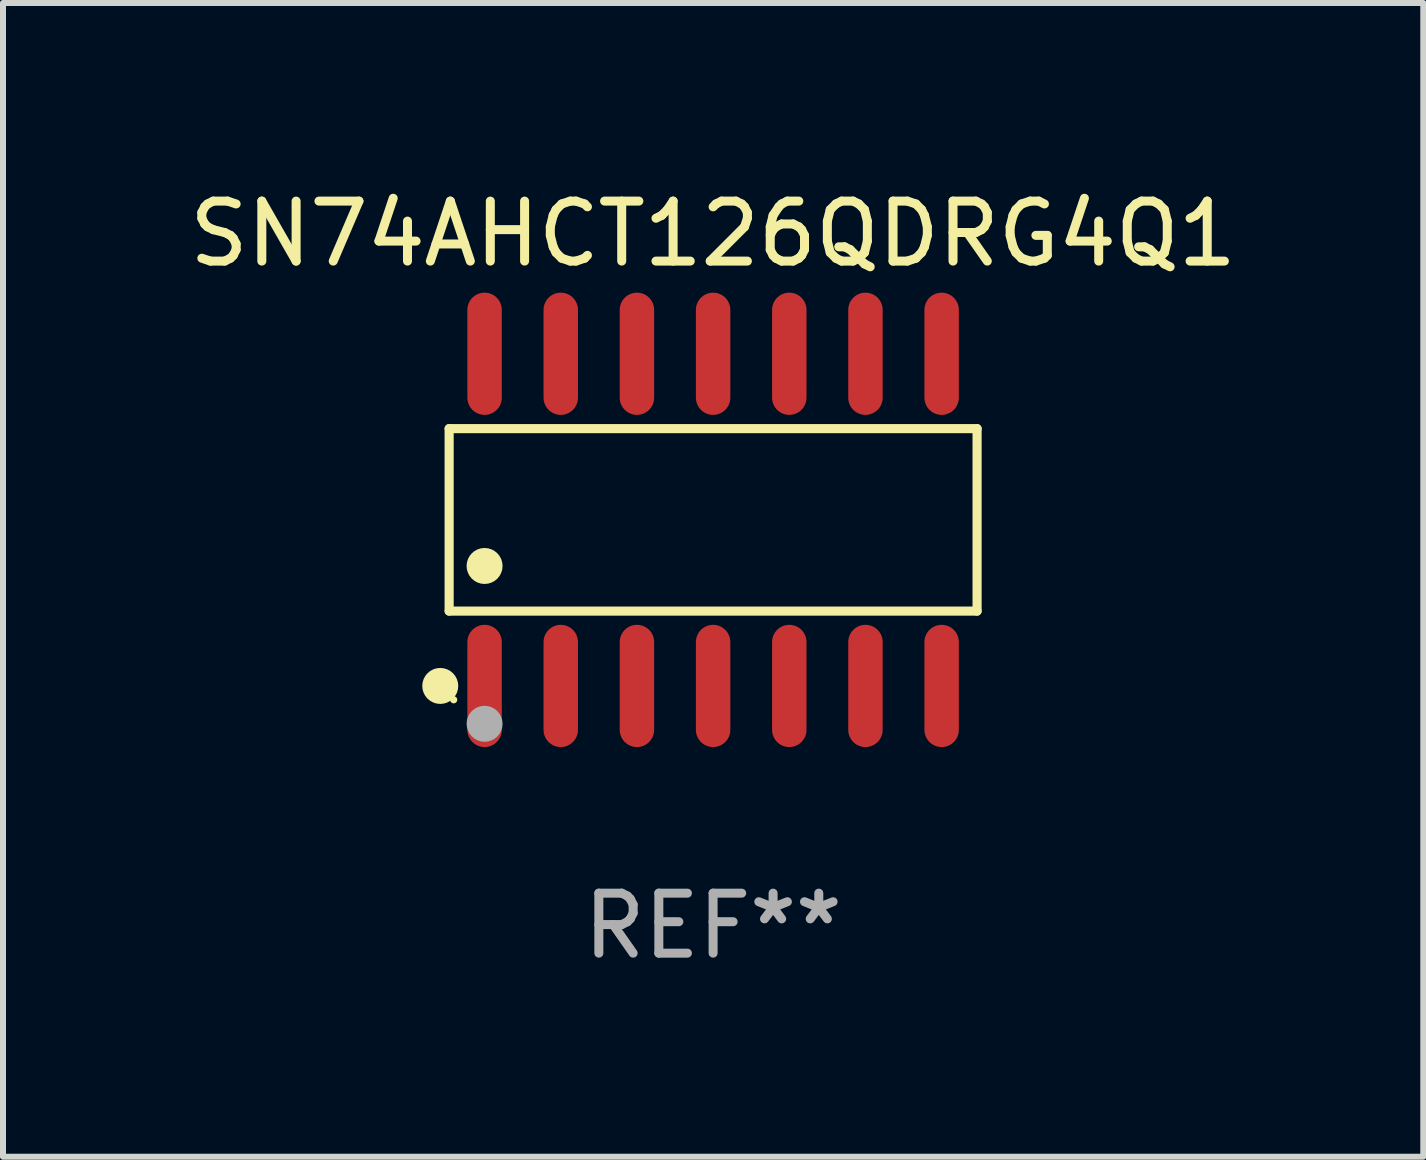
<source format=kicad_pcb>
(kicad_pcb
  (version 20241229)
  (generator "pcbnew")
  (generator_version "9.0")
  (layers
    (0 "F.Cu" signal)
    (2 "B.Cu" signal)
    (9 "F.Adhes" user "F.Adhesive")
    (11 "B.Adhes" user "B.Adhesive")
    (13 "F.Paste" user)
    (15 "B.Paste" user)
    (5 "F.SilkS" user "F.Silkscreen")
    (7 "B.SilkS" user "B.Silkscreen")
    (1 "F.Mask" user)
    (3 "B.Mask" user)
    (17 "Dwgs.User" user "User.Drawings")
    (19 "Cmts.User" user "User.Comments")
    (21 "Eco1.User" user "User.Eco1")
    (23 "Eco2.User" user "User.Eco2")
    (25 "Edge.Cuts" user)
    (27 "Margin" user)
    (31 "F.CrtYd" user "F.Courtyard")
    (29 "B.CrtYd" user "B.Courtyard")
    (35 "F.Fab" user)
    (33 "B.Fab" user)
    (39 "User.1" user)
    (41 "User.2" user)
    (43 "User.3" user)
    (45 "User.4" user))
  (footprint "SN74AHCT126QDRG4Q1"
    (layer "F.Cu")
    (at 8.839 5.617)
    (property "Reference" "SN74AHCT126QDRG4Q1" (at 0 -4.769 0) (layer "F.SilkS") (effects (font (size 1 1) (thickness 0.15))))
    (attr through_hole)
    (fp_line (start -4.401 -1.521) (end 4.401 -1.521) (stroke (width 0.152) (type solid)) (layer "F.SilkS"))
    (fp_line (start -4.401 1.521) (end -4.401 -1.521) (stroke (width 0.152) (type solid)) (layer "F.SilkS"))
    (fp_line (start 4.401 -1.521) (end 4.401 1.521) (stroke (width 0.152) (type solid)) (layer "F.SilkS"))
    (fp_line (start 4.401 1.521) (end -4.401 1.521) (stroke (width 0.152) (type solid)) (layer "F.SilkS"))
    (fp_circle (center -4.549 2.769) (end -4.399 2.769) (stroke (width 0.3) (type solid)) (fill no) (layer "F.SilkS"))
    (fp_circle (center -4.325 3) (end -4.295 3) (stroke (width 0.06) (type solid)) (fill no) (layer "F.SilkS"))
    (fp_circle (center -3.81 0.769) (end -3.66 0.769) (stroke (width 0.3) (type solid)) (fill no) (layer "F.SilkS"))
    (fp_circle (center -3.81 3.4) (end -3.66 3.4) (stroke (width 0.3) (type solid)) (fill no) (layer "F.Fab"))
    (fp_text user "REF**" (at 0 6.769 0) (layer "F.Fab") (effects (font (size 1 1) (thickness 0.15))))
    (pad "1" smd oval (at -3.81 2.769) (size 0.574 2.038) (layers "F.Cu" "F.Mask" "F.Paste"))
    (pad "2" smd oval (at -2.54 2.769) (size 0.574 2.038) (layers "F.Cu" "F.Mask" "F.Paste"))
    (pad "3" smd oval (at -1.27 2.769) (size 0.574 2.038) (layers "F.Cu" "F.Mask" "F.Paste"))
    (pad "4" smd oval (at 0 2.769) (size 0.574 2.038) (layers "F.Cu" "F.Mask" "F.Paste"))
    (pad "5" smd oval (at 1.27 2.769) (size 0.574 2.038) (layers "F.Cu" "F.Mask" "F.Paste"))
    (pad "6" smd oval (at 2.54 2.769) (size 0.574 2.038) (layers "F.Cu" "F.Mask" "F.Paste"))
    (pad "7" smd oval (at 3.81 2.769) (size 0.574 2.038) (layers "F.Cu" "F.Mask" "F.Paste"))
    (pad "8" smd oval (at 3.81 -2.769) (size 0.574 2.038) (layers "F.Cu" "F.Mask" "F.Paste"))
    (pad "9" smd oval (at 2.54 -2.769) (size 0.574 2.038) (layers "F.Cu" "F.Mask" "F.Paste"))
    (pad "10" smd oval (at 1.27 -2.769) (size 0.574 2.038) (layers "F.Cu" "F.Mask" "F.Paste"))
    (pad "11" smd oval (at 0 -2.769) (size 0.574 2.038) (layers "F.Cu" "F.Mask" "F.Paste"))
    (pad "12" smd oval (at -1.27 -2.769) (size 0.574 2.038) (layers "F.Cu" "F.Mask" "F.Paste"))
    (pad "13" smd oval (at -2.54 -2.769) (size 0.574 2.038) (layers "F.Cu" "F.Mask" "F.Paste"))
    (pad "14" smd oval (at -3.81 -2.769) (size 0.574 2.038) (layers "F.Cu" "F.Mask" "F.Paste")))
  (gr_rect
    (start -3 -3)
    (end 20.679 16.235)
    (stroke (width 0.1) (type default))
    (fill no)
    (layer "Edge.Cuts")))
</source>
